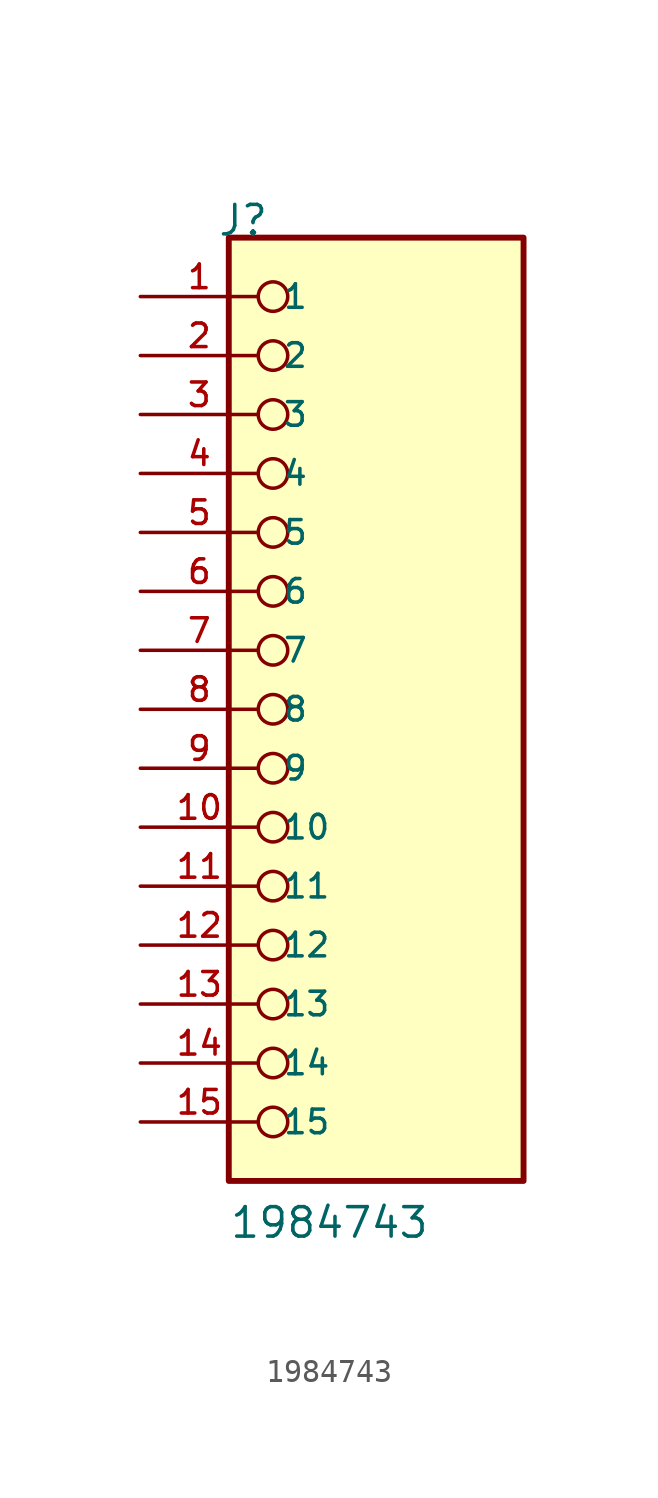
<source format=kicad_sym>
(kicad_symbol_lib
  (version 20220914)
  (generator kicad_symbol_editor)
  (symbol "1984743"
    (pin_names
      (offset 1.016))
    (property "Reference" "J"
      (at -6.858 20.32 0)
      (effects (font (size 1.27 1.27)) (justify left bottom)))
    (property "Value" "1984743"
      (at -6.35 -22.86 0)
      (effects (font (size 1.27 1.27)) (justify left bottom)))
    (property "ki_locked" ""
      (at 0 0 0)
      (effects (font (size 1.27 1.27))))
    (symbol "1984743_0_0"
      (rectangle (start -6.35 -20.32) (end 6.35 20.32) (stroke (width 0.254) (type solid)) (fill (type background)))
      (circle (center -4.445 -17.78) (radius 0.635) (stroke (width 0.152) (type solid)) (fill (type none)))
      (circle (center -4.445 -15.24) (radius 0.635) (stroke (width 0.152) (type solid)) (fill (type none)))
      (circle (center -4.445 -12.7) (radius 0.635) (stroke (width 0.152) (type solid)) (fill (type none)))
      (circle (center -4.445 -10.16) (radius 0.635) (stroke (width 0.152) (type solid)) (fill (type none)))
      (circle (center -4.445 -7.62) (radius 0.635) (stroke (width 0.152) (type solid)) (fill (type none)))
      (circle (center -4.445 -5.08) (radius 0.635) (stroke (width 0.152) (type solid)) (fill (type none)))
      (circle (center -4.445 -2.54) (radius 0.635) (stroke (width 0.152) (type solid)) (fill (type none)))
      (circle (center -4.445 0) (radius 0.635) (stroke (width 0.152) (type solid)) (fill (type none)))
      (circle (center -4.445 2.54) (radius 0.635) (stroke (width 0.152) (type solid)) (fill (type none)))
      (circle (center -4.445 5.08) (radius 0.635) (stroke (width 0.152) (type solid)) (fill (type none)))
      (circle (center -4.445 7.62) (radius 0.635) (stroke (width 0.152) (type solid)) (fill (type none)))
      (circle (center -4.445 10.16) (radius 0.635) (stroke (width 0.152) (type solid)) (fill (type none)))
      (circle (center -4.445 12.7) (radius 0.635) (stroke (width 0.152) (type solid)) (fill (type none)))
      (circle (center -4.445 15.24) (radius 0.635) (stroke (width 0.152) (type solid)) (fill (type none)))
      (circle (center -4.445 17.78) (radius 0.635) (stroke (width 0.152) (type solid)) (fill (type none)))
      (pin passive line (at -10.16 17.78 0) (length 5.08) (name "1" (effects (font (size 1.016 1.016)))) (number "1" (effects (font (size 1.016 1.016)))))
      (pin passive line (at -10.16 -5.08 0) (length 5.08) (name "10" (effects (font (size 1.016 1.016)))) (number "10" (effects (font (size 1.016 1.016)))))
      (pin passive line (at -10.16 -7.62 0) (length 5.08) (name "11" (effects (font (size 1.016 1.016)))) (number "11" (effects (font (size 1.016 1.016)))))
      (pin passive line (at -10.16 -10.16 0) (length 5.08) (name "12" (effects (font (size 1.016 1.016)))) (number "12" (effects (font (size 1.016 1.016)))))
      (pin passive line (at -10.16 -12.7 0) (length 5.08) (name "13" (effects (font (size 1.016 1.016)))) (number "13" (effects (font (size 1.016 1.016)))))
      (pin passive line (at -10.16 -15.24 0) (length 5.08) (name "14" (effects (font (size 1.016 1.016)))) (number "14" (effects (font (size 1.016 1.016)))))
      (pin passive line (at -10.16 -17.78 0) (length 5.08) (name "15" (effects (font (size 1.016 1.016)))) (number "15" (effects (font (size 1.016 1.016)))))
      (pin passive line (at -10.16 15.24 0) (length 5.08) (name "2" (effects (font (size 1.016 1.016)))) (number "2" (effects (font (size 1.016 1.016)))))
      (pin passive line (at -10.16 12.7 0) (length 5.08) (name "3" (effects (font (size 1.016 1.016)))) (number "3" (effects (font (size 1.016 1.016)))))
      (pin passive line (at -10.16 10.16 0) (length 5.08) (name "4" (effects (font (size 1.016 1.016)))) (number "4" (effects (font (size 1.016 1.016)))))
      (pin passive line (at -10.16 7.62 0) (length 5.08) (name "5" (effects (font (size 1.016 1.016)))) (number "5" (effects (font (size 1.016 1.016)))))
      (pin passive line (at -10.16 5.08 0) (length 5.08) (name "6" (effects (font (size 1.016 1.016)))) (number "6" (effects (font (size 1.016 1.016)))))
      (pin passive line (at -10.16 2.54 0) (length 5.08) (name "7" (effects (font (size 1.016 1.016)))) (number "7" (effects (font (size 1.016 1.016)))))
      (pin passive line (at -10.16 0 0) (length 5.08) (name "8" (effects (font (size 1.016 1.016)))) (number "8" (effects (font (size 1.016 1.016)))))
      (pin passive line (at -10.16 -2.54 0) (length 5.08) (name "9" (effects (font (size 1.016 1.016)))) (number "9" (effects (font (size 1.016 1.016))))))))
</source>
